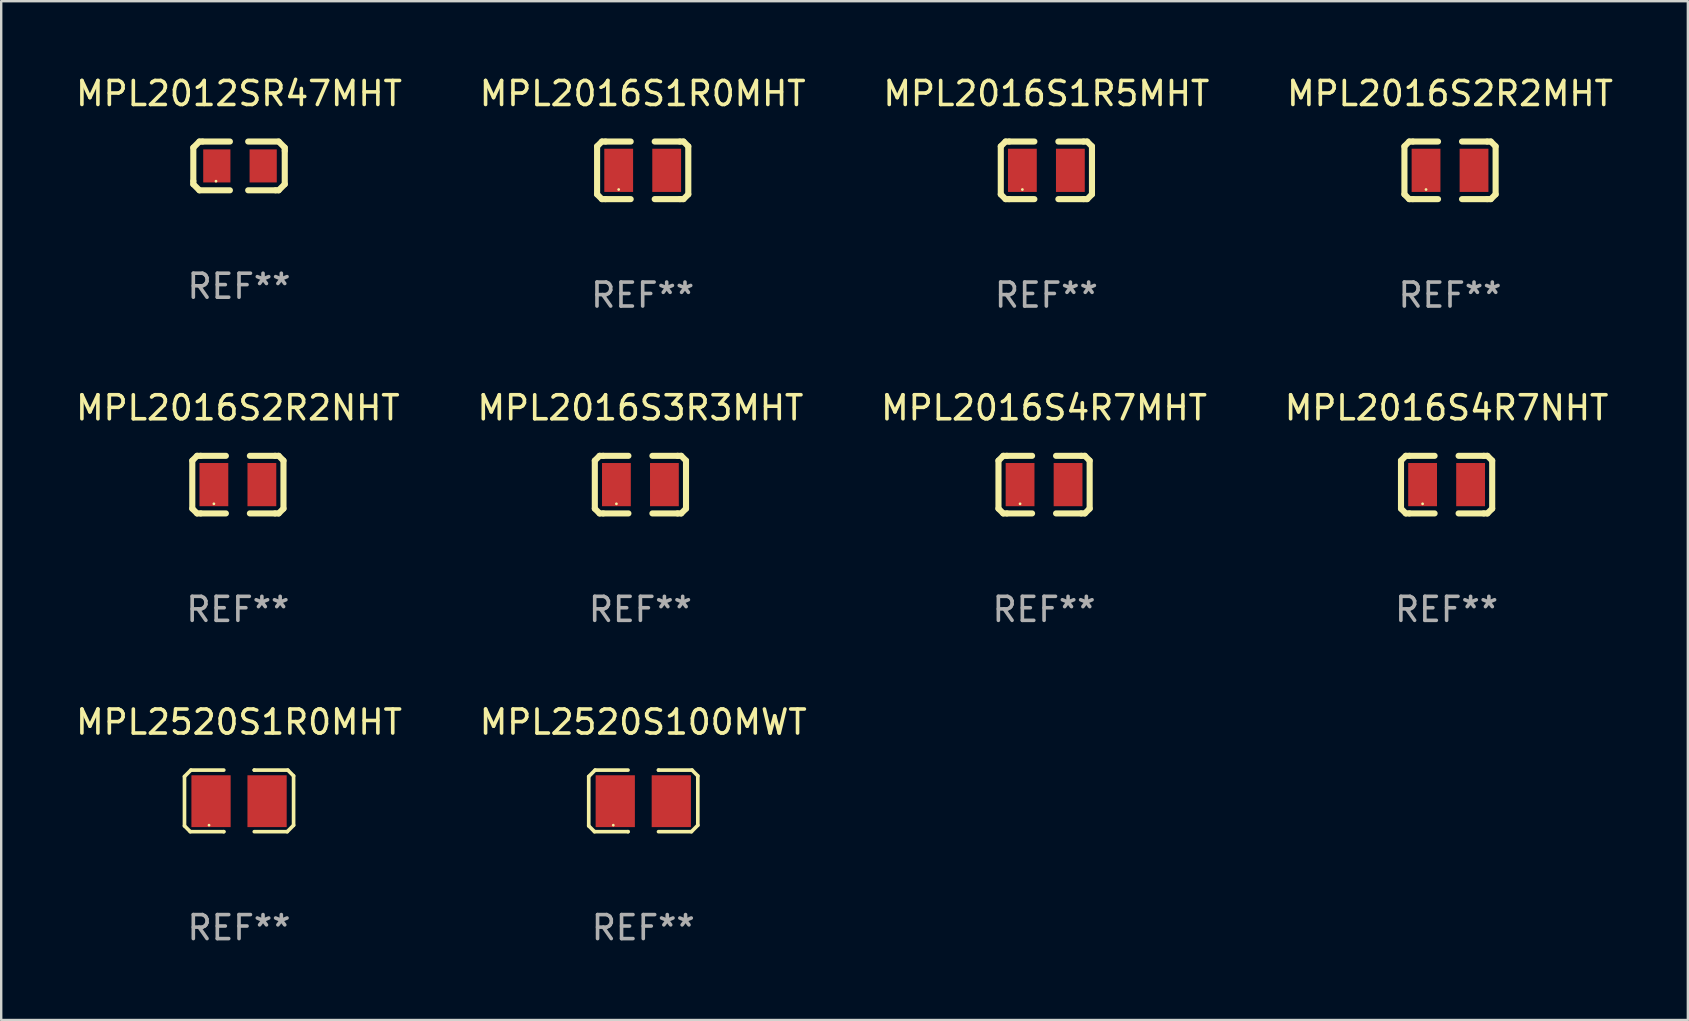
<source format=kicad_pcb>
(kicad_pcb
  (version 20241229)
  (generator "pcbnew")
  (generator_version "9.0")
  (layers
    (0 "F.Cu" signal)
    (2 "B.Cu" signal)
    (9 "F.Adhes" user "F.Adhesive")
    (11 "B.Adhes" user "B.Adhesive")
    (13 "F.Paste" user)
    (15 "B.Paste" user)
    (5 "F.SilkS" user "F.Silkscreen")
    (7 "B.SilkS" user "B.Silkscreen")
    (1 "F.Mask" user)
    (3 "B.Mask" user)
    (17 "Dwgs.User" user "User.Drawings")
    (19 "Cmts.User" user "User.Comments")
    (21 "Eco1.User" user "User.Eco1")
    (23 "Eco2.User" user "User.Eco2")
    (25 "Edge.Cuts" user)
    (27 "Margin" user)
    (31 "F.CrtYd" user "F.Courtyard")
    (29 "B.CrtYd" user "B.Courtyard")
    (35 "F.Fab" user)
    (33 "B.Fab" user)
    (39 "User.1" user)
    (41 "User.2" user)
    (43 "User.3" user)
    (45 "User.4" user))
  (footprint "MPL2016S3R3MHT"
    (layer "F.Cu")
    (at 23.637 17.145)
    (property "Reference" "MPL2016S3R3MHT" (at 0 -3.2 0) (layer "F.SilkS") (effects (font (size 1 1) (thickness 0.15))))
    (attr through_hole)
    (fp_line (start -1.9 -1) (end -1.9 1) (stroke (width 0.254) (type solid)) (layer "F.SilkS"))
    (fp_line (start -1.7 -1.2) (end -1.9 -1) (stroke (width 0.254) (type solid)) (layer "F.SilkS"))
    (fp_line (start -1.7 1.2) (end -1.9 1) (stroke (width 0.254) (type solid)) (layer "F.SilkS"))
    (fp_line (start -1.55 -1.2) (end -1.7 -1.2) (stroke (width 0.254) (type solid)) (layer "F.SilkS"))
    (fp_line (start -1.55 1.2) (end -1.7 1.2) (stroke (width 0.254) (type solid)) (layer "F.SilkS"))
    (fp_line (start -0.5 -1.2) (end -1.55 -1.2) (stroke (width 0.254) (type solid)) (layer "F.SilkS"))
    (fp_line (start -0.5 1.2) (end -1.55 1.2) (stroke (width 0.254) (type solid)) (layer "F.SilkS"))
    (fp_line (start 0.5 -1.2) (end 1.55 -1.2) (stroke (width 0.254) (type solid)) (layer "F.SilkS"))
    (fp_line (start 0.5 1.2) (end 1.55 1.2) (stroke (width 0.254) (type solid)) (layer "F.SilkS"))
    (fp_line (start 1.55 -1.2) (end 1.7 -1.2) (stroke (width 0.254) (type solid)) (layer "F.SilkS"))
    (fp_line (start 1.55 1.2) (end 1.7 1.2) (stroke (width 0.254) (type solid)) (layer "F.SilkS"))
    (fp_line (start 1.7 -1.2) (end 1.9 -1) (stroke (width 0.254) (type solid)) (layer "F.SilkS"))
    (fp_line (start 1.7 1.2) (end 1.9 1) (stroke (width 0.254) (type solid)) (layer "F.SilkS"))
    (fp_line (start 1.9 -1) (end 1.9 1) (stroke (width 0.254) (type solid)) (layer "F.SilkS"))
    (fp_circle (center -1 0.8) (end -0.97 0.8) (stroke (width 0.06) (type solid)) (fill no) (layer "F.SilkS"))
    (fp_text user "REF**" (at 0 5.2 0) (layer "F.Fab") (effects (font (size 1 1) (thickness 0.15))))
    (pad "1" smd rect (at -1 0) (size 1.2 1.8) (layers "F.Cu" "F.Mask" "F.Paste"))
    (pad "2" smd rect (at 1 0) (size 1.2 1.8) (layers "F.Cu" "F.Mask" "F.Paste")))
  (footprint "MPL2016S2R2MHT"
    (layer "F.Cu")
    (at 57.375 4.048)
    (property "Reference" "MPL2016S2R2MHT" (at 0 -3.2 0) (layer "F.SilkS") (effects (font (size 1 1) (thickness 0.15))))
    (attr through_hole)
    (fp_line (start -1.9 -1) (end -1.9 1) (stroke (width 0.254) (type solid)) (layer "F.SilkS"))
    (fp_line (start -1.7 -1.2) (end -1.9 -1) (stroke (width 0.254) (type solid)) (layer "F.SilkS"))
    (fp_line (start -1.7 1.2) (end -1.9 1) (stroke (width 0.254) (type solid)) (layer "F.SilkS"))
    (fp_line (start -1.55 -1.2) (end -1.7 -1.2) (stroke (width 0.254) (type solid)) (layer "F.SilkS"))
    (fp_line (start -1.55 1.2) (end -1.7 1.2) (stroke (width 0.254) (type solid)) (layer "F.SilkS"))
    (fp_line (start -0.5 -1.2) (end -1.55 -1.2) (stroke (width 0.254) (type solid)) (layer "F.SilkS"))
    (fp_line (start -0.5 1.2) (end -1.55 1.2) (stroke (width 0.254) (type solid)) (layer "F.SilkS"))
    (fp_line (start 0.5 -1.2) (end 1.55 -1.2) (stroke (width 0.254) (type solid)) (layer "F.SilkS"))
    (fp_line (start 0.5 1.2) (end 1.55 1.2) (stroke (width 0.254) (type solid)) (layer "F.SilkS"))
    (fp_line (start 1.55 -1.2) (end 1.7 -1.2) (stroke (width 0.254) (type solid)) (layer "F.SilkS"))
    (fp_line (start 1.55 1.2) (end 1.7 1.2) (stroke (width 0.254) (type solid)) (layer "F.SilkS"))
    (fp_line (start 1.7 -1.2) (end 1.9 -1) (stroke (width 0.254) (type solid)) (layer "F.SilkS"))
    (fp_line (start 1.7 1.2) (end 1.9 1) (stroke (width 0.254) (type solid)) (layer "F.SilkS"))
    (fp_line (start 1.9 -1) (end 1.9 1) (stroke (width 0.254) (type solid)) (layer "F.SilkS"))
    (fp_circle (center -1 0.8) (end -0.97 0.8) (stroke (width 0.06) (type solid)) (fill no) (layer "F.SilkS"))
    (fp_text user "REF**" (at 0 5.2 0) (layer "F.Fab") (effects (font (size 1 1) (thickness 0.15))))
    (pad "1" smd rect (at -1 0) (size 1.2 1.8) (layers "F.Cu" "F.Mask" "F.Paste"))
    (pad "2" smd rect (at 1 0) (size 1.2 1.8) (layers "F.Cu" "F.Mask" "F.Paste")))
  (footprint "MPL2016S1R0MHT"
    (layer "F.Cu")
    (at 23.732 4.048)
    (property "Reference" "MPL2016S1R0MHT" (at 0 -3.2 0) (layer "F.SilkS") (effects (font (size 1 1) (thickness 0.15))))
    (attr through_hole)
    (fp_line (start -1.9 -1) (end -1.9 1) (stroke (width 0.254) (type solid)) (layer "F.SilkS"))
    (fp_line (start -1.7 -1.2) (end -1.9 -1) (stroke (width 0.254) (type solid)) (layer "F.SilkS"))
    (fp_line (start -1.7 1.2) (end -1.9 1) (stroke (width 0.254) (type solid)) (layer "F.SilkS"))
    (fp_line (start -1.55 -1.2) (end -1.7 -1.2) (stroke (width 0.254) (type solid)) (layer "F.SilkS"))
    (fp_line (start -1.55 1.2) (end -1.7 1.2) (stroke (width 0.254) (type solid)) (layer "F.SilkS"))
    (fp_line (start -0.5 -1.2) (end -1.55 -1.2) (stroke (width 0.254) (type solid)) (layer "F.SilkS"))
    (fp_line (start -0.5 1.2) (end -1.55 1.2) (stroke (width 0.254) (type solid)) (layer "F.SilkS"))
    (fp_line (start 0.5 -1.2) (end 1.55 -1.2) (stroke (width 0.254) (type solid)) (layer "F.SilkS"))
    (fp_line (start 0.5 1.2) (end 1.55 1.2) (stroke (width 0.254) (type solid)) (layer "F.SilkS"))
    (fp_line (start 1.55 -1.2) (end 1.7 -1.2) (stroke (width 0.254) (type solid)) (layer "F.SilkS"))
    (fp_line (start 1.55 1.2) (end 1.7 1.2) (stroke (width 0.254) (type solid)) (layer "F.SilkS"))
    (fp_line (start 1.7 -1.2) (end 1.9 -1) (stroke (width 0.254) (type solid)) (layer "F.SilkS"))
    (fp_line (start 1.7 1.2) (end 1.9 1) (stroke (width 0.254) (type solid)) (layer "F.SilkS"))
    (fp_line (start 1.9 -1) (end 1.9 1) (stroke (width 0.254) (type solid)) (layer "F.SilkS"))
    (fp_circle (center -1 0.8) (end -0.97 0.8) (stroke (width 0.06) (type solid)) (fill no) (layer "F.SilkS"))
    (fp_text user "REF**" (at 0 5.2 0) (layer "F.Fab") (effects (font (size 1 1) (thickness 0.15))))
    (pad "1" smd rect (at -1 0) (size 1.2 1.8) (layers "F.Cu" "F.Mask" "F.Paste"))
    (pad "2" smd rect (at 1 0) (size 1.2 1.8) (layers "F.Cu" "F.Mask" "F.Paste")))
  (footprint "MPL2012SR47MHT"
    (layer "F.Cu")
    (at 6.911 3.864)
    (property "Reference" "MPL2012SR47MHT" (at 0 -3.016 0) (layer "F.SilkS") (effects (font (size 1 1) (thickness 0.15))))
    (attr through_hole)
    (fp_line (start -1.905 -0.762) (end -1.905 0.635) (stroke (width 0.254) (type solid)) (layer "F.SilkS"))
    (fp_line (start -1.905 0.635) (end -1.905 0.762) (stroke (width 0.254) (type solid)) (layer "F.SilkS"))
    (fp_line (start -1.905 0.762) (end -1.651 1.016) (stroke (width 0.254) (type solid)) (layer "F.SilkS"))
    (fp_line (start -1.651 -1.016) (end -1.905 -0.762) (stroke (width 0.254) (type solid)) (layer "F.SilkS"))
    (fp_line (start -1.651 1.016) (end -0.381 1.016) (stroke (width 0.254) (type solid)) (layer "F.SilkS"))
    (fp_line (start -1.524 -1.016) (end -1.651 -1.016) (stroke (width 0.254) (type solid)) (layer "F.SilkS"))
    (fp_line (start -0.381 -1.016) (end -1.524 -1.016) (stroke (width 0.254) (type solid)) (layer "F.SilkS"))
    (fp_line (start 0.381 1.016) (end 1.524 1.016) (stroke (width 0.254) (type solid)) (layer "F.SilkS"))
    (fp_line (start 1.524 1.016) (end 1.651 1.016) (stroke (width 0.254) (type solid)) (layer "F.SilkS"))
    (fp_line (start 1.651 -1.016) (end 0.381 -1.016) (stroke (width 0.254) (type solid)) (layer "F.SilkS"))
    (fp_line (start 1.651 1.016) (end 1.905 0.762) (stroke (width 0.254) (type solid)) (layer "F.SilkS"))
    (fp_line (start 1.905 -0.762) (end 1.651 -1.016) (stroke (width 0.254) (type solid)) (layer "F.SilkS"))
    (fp_line (start 1.905 -0.635) (end 1.905 -0.762) (stroke (width 0.254) (type solid)) (layer "F.SilkS"))
    (fp_line (start 1.905 0.762) (end 1.905 -0.635) (stroke (width 0.254) (type solid)) (layer "F.SilkS"))
    (fp_circle (center -0.96 0.637) (end -0.93 0.637) (stroke (width 0.06) (type solid)) (fill no) (layer "F.SilkS"))
    (fp_text user "REF**" (at 0 5.016 0) (layer "F.Fab") (effects (font (size 1 1) (thickness 0.15))))
    (pad "1" smd rect (at -0.926 -0.000051) (size 1.133 1.377) (layers "F.Cu" "F.Mask" "F.Paste"))
    (pad "2" smd rect (at 1.006 -0.000051) (size 1.133 1.377) (layers "F.Cu" "F.Mask" "F.Paste")))
  (footprint "MPL2016S2R2NHT"
    (layer "F.Cu")
    (at 6.863 17.145)
    (property "Reference" "MPL2016S2R2NHT" (at 0 -3.2 0) (layer "F.SilkS") (effects (font (size 1 1) (thickness 0.15))))
    (attr through_hole)
    (fp_line (start -1.9 -1) (end -1.9 1) (stroke (width 0.254) (type solid)) (layer "F.SilkS"))
    (fp_line (start -1.7 -1.2) (end -1.9 -1) (stroke (width 0.254) (type solid)) (layer "F.SilkS"))
    (fp_line (start -1.7 1.2) (end -1.9 1) (stroke (width 0.254) (type solid)) (layer "F.SilkS"))
    (fp_line (start -1.55 -1.2) (end -1.7 -1.2) (stroke (width 0.254) (type solid)) (layer "F.SilkS"))
    (fp_line (start -1.55 1.2) (end -1.7 1.2) (stroke (width 0.254) (type solid)) (layer "F.SilkS"))
    (fp_line (start -0.5 -1.2) (end -1.55 -1.2) (stroke (width 0.254) (type solid)) (layer "F.SilkS"))
    (fp_line (start -0.5 1.2) (end -1.55 1.2) (stroke (width 0.254) (type solid)) (layer "F.SilkS"))
    (fp_line (start 0.5 -1.2) (end 1.55 -1.2) (stroke (width 0.254) (type solid)) (layer "F.SilkS"))
    (fp_line (start 0.5 1.2) (end 1.55 1.2) (stroke (width 0.254) (type solid)) (layer "F.SilkS"))
    (fp_line (start 1.55 -1.2) (end 1.7 -1.2) (stroke (width 0.254) (type solid)) (layer "F.SilkS"))
    (fp_line (start 1.55 1.2) (end 1.7 1.2) (stroke (width 0.254) (type solid)) (layer "F.SilkS"))
    (fp_line (start 1.7 -1.2) (end 1.9 -1) (stroke (width 0.254) (type solid)) (layer "F.SilkS"))
    (fp_line (start 1.7 1.2) (end 1.9 1) (stroke (width 0.254) (type solid)) (layer "F.SilkS"))
    (fp_line (start 1.9 -1) (end 1.9 1) (stroke (width 0.254) (type solid)) (layer "F.SilkS"))
    (fp_circle (center -1 0.8) (end -0.97 0.8) (stroke (width 0.06) (type solid)) (fill no) (layer "F.SilkS"))
    (fp_text user "REF**" (at 0 5.2 0) (layer "F.Fab") (effects (font (size 1 1) (thickness 0.15))))
    (pad "1" smd rect (at -1 0) (size 1.2 1.8) (layers "F.Cu" "F.Mask" "F.Paste"))
    (pad "2" smd rect (at 1 0) (size 1.2 1.8) (layers "F.Cu" "F.Mask" "F.Paste")))
  (footprint "MPL2520S100MWT"
    (layer "F.Cu")
    (at 23.756 30.324)
    (property "Reference" "MPL2520S100MWT" (at 0 -3.283 0) (layer "F.SilkS") (effects (font (size 1 1) (thickness 0.15))))
    (attr through_hole)
    (fp_line (start -2.273 -1.016) (end -2.007 -1.283) (stroke (width 0.152) (type solid)) (layer "F.SilkS"))
    (fp_line (start -2.273 1.041) (end -2.273 -1.016) (stroke (width 0.152) (type solid)) (layer "F.SilkS"))
    (fp_line (start -2.032 1.283) (end -2.273 1.041) (stroke (width 0.152) (type solid)) (layer "F.SilkS"))
    (fp_line (start -2.007 -1.283) (end -0.635 -1.283) (stroke (width 0.152) (type solid)) (layer "F.SilkS"))
    (fp_line (start -0.635 1.283) (end -2.032 1.283) (stroke (width 0.152) (type solid)) (layer "F.SilkS"))
    (fp_line (start -0.635 1.283) (end -0.635 1.283) (stroke (width 0.152) (type solid)) (layer "F.SilkS"))
    (fp_line (start 0.635 -1.283) (end 0.635 -1.283) (stroke (width 0.152) (type solid)) (layer "F.SilkS"))
    (fp_line (start 0.635 -1.283) (end 2.032 -1.283) (stroke (width 0.152) (type solid)) (layer "F.SilkS"))
    (fp_line (start 2.007 1.283) (end 0.635 1.283) (stroke (width 0.152) (type solid)) (layer "F.SilkS"))
    (fp_line (start 2.032 -1.283) (end 2.273 -1.041) (stroke (width 0.152) (type solid)) (layer "F.SilkS"))
    (fp_line (start 2.273 -1.041) (end 2.273 1.016) (stroke (width 0.152) (type solid)) (layer "F.SilkS"))
    (fp_line (start 2.273 1.016) (end 2.007 1.283) (stroke (width 0.152) (type solid)) (layer "F.SilkS"))
    (fp_circle (center -1.25 1.013) (end -1.22 1.013) (stroke (width 0.06) (type solid)) (fill no) (layer "F.SilkS"))
    (fp_text user "REF**" (at 0 5.283 0) (layer "F.Fab") (effects (font (size 1 1) (thickness 0.15))))
    (pad "1" smd rect (at -1.167 0.013) (size 1.635 2.16) (layers "F.Cu" "F.Mask" "F.Paste"))
    (pad "2" smd rect (at 1.168 0.013) (size 1.635 2.16) (layers "F.Cu" "F.Mask" "F.Paste")))
  (footprint "MPL2016S4R7NHT"
    (layer "F.Cu")
    (at 57.232 17.145)
    (property "Reference" "MPL2016S4R7NHT" (at 0 -3.2 0) (layer "F.SilkS") (effects (font (size 1 1) (thickness 0.15))))
    (attr through_hole)
    (fp_line (start -1.9 -1) (end -1.9 1) (stroke (width 0.254) (type solid)) (layer "F.SilkS"))
    (fp_line (start -1.7 -1.2) (end -1.9 -1) (stroke (width 0.254) (type solid)) (layer "F.SilkS"))
    (fp_line (start -1.7 1.2) (end -1.9 1) (stroke (width 0.254) (type solid)) (layer "F.SilkS"))
    (fp_line (start -1.55 -1.2) (end -1.7 -1.2) (stroke (width 0.254) (type solid)) (layer "F.SilkS"))
    (fp_line (start -1.55 1.2) (end -1.7 1.2) (stroke (width 0.254) (type solid)) (layer "F.SilkS"))
    (fp_line (start -0.5 -1.2) (end -1.55 -1.2) (stroke (width 0.254) (type solid)) (layer "F.SilkS"))
    (fp_line (start -0.5 1.2) (end -1.55 1.2) (stroke (width 0.254) (type solid)) (layer "F.SilkS"))
    (fp_line (start 0.5 -1.2) (end 1.55 -1.2) (stroke (width 0.254) (type solid)) (layer "F.SilkS"))
    (fp_line (start 0.5 1.2) (end 1.55 1.2) (stroke (width 0.254) (type solid)) (layer "F.SilkS"))
    (fp_line (start 1.55 -1.2) (end 1.7 -1.2) (stroke (width 0.254) (type solid)) (layer "F.SilkS"))
    (fp_line (start 1.55 1.2) (end 1.7 1.2) (stroke (width 0.254) (type solid)) (layer "F.SilkS"))
    (fp_line (start 1.7 -1.2) (end 1.9 -1) (stroke (width 0.254) (type solid)) (layer "F.SilkS"))
    (fp_line (start 1.7 1.2) (end 1.9 1) (stroke (width 0.254) (type solid)) (layer "F.SilkS"))
    (fp_line (start 1.9 -1) (end 1.9 1) (stroke (width 0.254) (type solid)) (layer "F.SilkS"))
    (fp_circle (center -1 0.8) (end -0.97 0.8) (stroke (width 0.06) (type solid)) (fill no) (layer "F.SilkS"))
    (fp_text user "REF**" (at 0 5.2 0) (layer "F.Fab") (effects (font (size 1 1) (thickness 0.15))))
    (pad "1" smd rect (at -1 0) (size 1.2 1.8) (layers "F.Cu" "F.Mask" "F.Paste"))
    (pad "2" smd rect (at 1 0) (size 1.2 1.8) (layers "F.Cu" "F.Mask" "F.Paste")))
  (footprint "MPL2520S1R0MHT"
    (layer "F.Cu")
    (at 6.911 30.324)
    (property "Reference" "MPL2520S1R0MHT" (at 0 -3.283 0) (layer "F.SilkS") (effects (font (size 1 1) (thickness 0.15))))
    (attr through_hole)
    (fp_line (start -2.273 -1.016) (end -2.007 -1.283) (stroke (width 0.152) (type solid)) (layer "F.SilkS"))
    (fp_line (start -2.273 1.041) (end -2.273 -1.016) (stroke (width 0.152) (type solid)) (layer "F.SilkS"))
    (fp_line (start -2.032 1.283) (end -2.273 1.041) (stroke (width 0.152) (type solid)) (layer "F.SilkS"))
    (fp_line (start -2.007 -1.283) (end -0.635 -1.283) (stroke (width 0.152) (type solid)) (layer "F.SilkS"))
    (fp_line (start -0.635 1.283) (end -2.032 1.283) (stroke (width 0.152) (type solid)) (layer "F.SilkS"))
    (fp_line (start -0.635 1.283) (end -0.635 1.283) (stroke (width 0.152) (type solid)) (layer "F.SilkS"))
    (fp_line (start 0.635 -1.283) (end 0.635 -1.283) (stroke (width 0.152) (type solid)) (layer "F.SilkS"))
    (fp_line (start 0.635 -1.283) (end 2.032 -1.283) (stroke (width 0.152) (type solid)) (layer "F.SilkS"))
    (fp_line (start 2.007 1.283) (end 0.635 1.283) (stroke (width 0.152) (type solid)) (layer "F.SilkS"))
    (fp_line (start 2.032 -1.283) (end 2.273 -1.041) (stroke (width 0.152) (type solid)) (layer "F.SilkS"))
    (fp_line (start 2.273 -1.041) (end 2.273 1.016) (stroke (width 0.152) (type solid)) (layer "F.SilkS"))
    (fp_line (start 2.273 1.016) (end 2.007 1.283) (stroke (width 0.152) (type solid)) (layer "F.SilkS"))
    (fp_circle (center -1.25 1.013) (end -1.22 1.013) (stroke (width 0.06) (type solid)) (fill no) (layer "F.SilkS"))
    (fp_text user "REF**" (at 0 5.283 0) (layer "F.Fab") (effects (font (size 1 1) (thickness 0.15))))
    (pad "1" smd rect (at -1.167 0.013) (size 1.635 2.16) (layers "F.Cu" "F.Mask" "F.Paste"))
    (pad "2" smd rect (at 1.168 0.013) (size 1.635 2.16) (layers "F.Cu" "F.Mask" "F.Paste")))
  (footprint "MPL2016S4R7MHT"
    (layer "F.Cu")
    (at 40.458 17.145)
    (property "Reference" "MPL2016S4R7MHT" (at 0 -3.2 0) (layer "F.SilkS") (effects (font (size 1 1) (thickness 0.15))))
    (attr through_hole)
    (fp_line (start -1.9 -1) (end -1.9 1) (stroke (width 0.254) (type solid)) (layer "F.SilkS"))
    (fp_line (start -1.7 -1.2) (end -1.9 -1) (stroke (width 0.254) (type solid)) (layer "F.SilkS"))
    (fp_line (start -1.7 1.2) (end -1.9 1) (stroke (width 0.254) (type solid)) (layer "F.SilkS"))
    (fp_line (start -1.55 -1.2) (end -1.7 -1.2) (stroke (width 0.254) (type solid)) (layer "F.SilkS"))
    (fp_line (start -1.55 1.2) (end -1.7 1.2) (stroke (width 0.254) (type solid)) (layer "F.SilkS"))
    (fp_line (start -0.5 -1.2) (end -1.55 -1.2) (stroke (width 0.254) (type solid)) (layer "F.SilkS"))
    (fp_line (start -0.5 1.2) (end -1.55 1.2) (stroke (width 0.254) (type solid)) (layer "F.SilkS"))
    (fp_line (start 0.5 -1.2) (end 1.55 -1.2) (stroke (width 0.254) (type solid)) (layer "F.SilkS"))
    (fp_line (start 0.5 1.2) (end 1.55 1.2) (stroke (width 0.254) (type solid)) (layer "F.SilkS"))
    (fp_line (start 1.55 -1.2) (end 1.7 -1.2) (stroke (width 0.254) (type solid)) (layer "F.SilkS"))
    (fp_line (start 1.55 1.2) (end 1.7 1.2) (stroke (width 0.254) (type solid)) (layer "F.SilkS"))
    (fp_line (start 1.7 -1.2) (end 1.9 -1) (stroke (width 0.254) (type solid)) (layer "F.SilkS"))
    (fp_line (start 1.7 1.2) (end 1.9 1) (stroke (width 0.254) (type solid)) (layer "F.SilkS"))
    (fp_line (start 1.9 -1) (end 1.9 1) (stroke (width 0.254) (type solid)) (layer "F.SilkS"))
    (fp_circle (center -1 0.8) (end -0.97 0.8) (stroke (width 0.06) (type solid)) (fill no) (layer "F.SilkS"))
    (fp_text user "REF**" (at 0 5.2 0) (layer "F.Fab") (effects (font (size 1 1) (thickness 0.15))))
    (pad "1" smd rect (at -1 0) (size 1.2 1.8) (layers "F.Cu" "F.Mask" "F.Paste"))
    (pad "2" smd rect (at 1 0) (size 1.2 1.8) (layers "F.Cu" "F.Mask" "F.Paste")))
  (footprint "MPL2016S1R5MHT"
    (layer "F.Cu")
    (at 40.554 4.048)
    (property "Reference" "MPL2016S1R5MHT" (at 0 -3.2 0) (layer "F.SilkS") (effects (font (size 1 1) (thickness 0.15))))
    (attr through_hole)
    (fp_line (start -1.9 -1) (end -1.9 1) (stroke (width 0.254) (type solid)) (layer "F.SilkS"))
    (fp_line (start -1.7 -1.2) (end -1.9 -1) (stroke (width 0.254) (type solid)) (layer "F.SilkS"))
    (fp_line (start -1.7 1.2) (end -1.9 1) (stroke (width 0.254) (type solid)) (layer "F.SilkS"))
    (fp_line (start -1.55 -1.2) (end -1.7 -1.2) (stroke (width 0.254) (type solid)) (layer "F.SilkS"))
    (fp_line (start -1.55 1.2) (end -1.7 1.2) (stroke (width 0.254) (type solid)) (layer "F.SilkS"))
    (fp_line (start -0.5 -1.2) (end -1.55 -1.2) (stroke (width 0.254) (type solid)) (layer "F.SilkS"))
    (fp_line (start -0.5 1.2) (end -1.55 1.2) (stroke (width 0.254) (type solid)) (layer "F.SilkS"))
    (fp_line (start 0.5 -1.2) (end 1.55 -1.2) (stroke (width 0.254) (type solid)) (layer "F.SilkS"))
    (fp_line (start 0.5 1.2) (end 1.55 1.2) (stroke (width 0.254) (type solid)) (layer "F.SilkS"))
    (fp_line (start 1.55 -1.2) (end 1.7 -1.2) (stroke (width 0.254) (type solid)) (layer "F.SilkS"))
    (fp_line (start 1.55 1.2) (end 1.7 1.2) (stroke (width 0.254) (type solid)) (layer "F.SilkS"))
    (fp_line (start 1.7 -1.2) (end 1.9 -1) (stroke (width 0.254) (type solid)) (layer "F.SilkS"))
    (fp_line (start 1.7 1.2) (end 1.9 1) (stroke (width 0.254) (type solid)) (layer "F.SilkS"))
    (fp_line (start 1.9 -1) (end 1.9 1) (stroke (width 0.254) (type solid)) (layer "F.SilkS"))
    (fp_circle (center -1 0.8) (end -0.97 0.8) (stroke (width 0.06) (type solid)) (fill no) (layer "F.SilkS"))
    (fp_text user "REF**" (at 0 5.2 0) (layer "F.Fab") (effects (font (size 1 1) (thickness 0.15))))
    (pad "1" smd rect (at -1 0) (size 1.2 1.8) (layers "F.Cu" "F.Mask" "F.Paste"))
    (pad "2" smd rect (at 1 0) (size 1.2 1.8) (layers "F.Cu" "F.Mask" "F.Paste")))
  (gr_rect
    (start -3 -3)
    (end 67.286 39.455)
    (stroke (width 0.1) (type default))
    (fill no)
    (layer "Edge.Cuts")))
</source>
